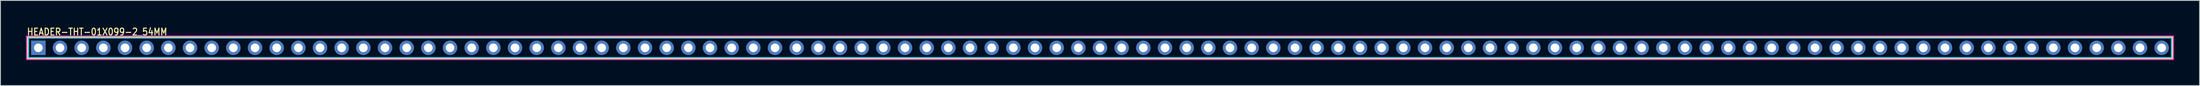
<source format=kicad_pcb>
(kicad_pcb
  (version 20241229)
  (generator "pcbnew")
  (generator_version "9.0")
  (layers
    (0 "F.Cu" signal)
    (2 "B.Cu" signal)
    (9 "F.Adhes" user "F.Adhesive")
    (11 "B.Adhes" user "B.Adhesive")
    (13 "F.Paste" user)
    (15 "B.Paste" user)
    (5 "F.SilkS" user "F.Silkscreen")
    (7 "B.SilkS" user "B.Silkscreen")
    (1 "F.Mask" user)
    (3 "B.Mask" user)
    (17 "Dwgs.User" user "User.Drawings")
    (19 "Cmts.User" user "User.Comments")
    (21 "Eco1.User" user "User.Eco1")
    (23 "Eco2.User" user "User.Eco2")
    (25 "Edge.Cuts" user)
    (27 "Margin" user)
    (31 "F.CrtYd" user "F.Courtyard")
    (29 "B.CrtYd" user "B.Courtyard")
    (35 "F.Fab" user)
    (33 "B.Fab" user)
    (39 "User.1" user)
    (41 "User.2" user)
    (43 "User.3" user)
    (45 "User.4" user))
  (footprint "HEADER-THT-01X099-2_54MM"
    (layer "F.Cu")
    (at 1.447 2.579)
    (property "Reference" "HEADER-THT-01X099-2_54MM" (at -1.4 -1.4 0) (unlocked yes) (layer "F.SilkS") (effects (font (size 0.813 0.695) (thickness 0.122)) (justify left bottom)))
    (fp_line (start -1.27 -1.27) (end -1.27 1.27) (stroke (width 0.127) (type solid)) (layer "F.SilkS"))
    (fp_line (start -1.27 1.27) (end 250.19 1.27) (stroke (width 0.127) (type solid)) (layer "F.SilkS"))
    (fp_line (start 250.19 -1.27) (end -1.27 -1.27) (stroke (width 0.127) (type solid)) (layer "F.SilkS"))
    (fp_line (start 250.19 1.27) (end 250.19 -1.27) (stroke (width 0.127) (type solid)) (layer "F.SilkS"))
    (fp_poly (pts (xy -1.143 -1.143) (xy 250.063 -1.143) (xy 250.063 1.143) (xy -1.143 1.143)) (stroke (width 0.1) (type solid)) (fill no) (layer "B.CrtYd"))
    (fp_poly (pts (xy -1.397 -1.397) (xy 250.317 -1.397) (xy 250.317 1.397) (xy -1.397 1.397)) (stroke (width 0.1) (type solid)) (fill no) (layer "F.CrtYd"))
    (pad "1" thru_hole rect (at 0 0) (size 1.693 1.693) (drill 1.016) (layers "*.Cu" "*.Mask"))
    (pad "2" thru_hole oval (at 2.54 0) (size 1.693 1.693) (drill 1.016) (layers "*.Cu" "*.Mask"))
    (pad "3" thru_hole oval (at 5.08 0) (size 1.693 1.693) (drill 1.016) (layers "*.Cu" "*.Mask"))
    (pad "4" thru_hole oval (at 7.62 0) (size 1.693 1.693) (drill 1.016) (layers "*.Cu" "*.Mask"))
    (pad "5" thru_hole oval (at 10.16 0) (size 1.693 1.693) (drill 1.016) (layers "*.Cu" "*.Mask"))
    (pad "6" thru_hole oval (at 12.7 0) (size 1.693 1.693) (drill 1.016) (layers "*.Cu" "*.Mask"))
    (pad "7" thru_hole oval (at 15.24 0) (size 1.693 1.693) (drill 1.016) (layers "*.Cu" "*.Mask"))
    (pad "8" thru_hole oval (at 17.78 0) (size 1.693 1.693) (drill 1.016) (layers "*.Cu" "*.Mask"))
    (pad "9" thru_hole oval (at 20.32 0) (size 1.693 1.693) (drill 1.016) (layers "*.Cu" "*.Mask"))
    (pad "10" thru_hole oval (at 22.86 0) (size 1.693 1.693) (drill 1.016) (layers "*.Cu" "*.Mask"))
    (pad "11" thru_hole oval (at 25.4 0) (size 1.693 1.693) (drill 1.016) (layers "*.Cu" "*.Mask"))
    (pad "12" thru_hole oval (at 27.94 0) (size 1.693 1.693) (drill 1.016) (layers "*.Cu" "*.Mask"))
    (pad "13" thru_hole oval (at 30.48 0) (size 1.693 1.693) (drill 1.016) (layers "*.Cu" "*.Mask"))
    (pad "14" thru_hole oval (at 33.02 0) (size 1.693 1.693) (drill 1.016) (layers "*.Cu" "*.Mask"))
    (pad "15" thru_hole oval (at 35.56 0) (size 1.693 1.693) (drill 1.016) (layers "*.Cu" "*.Mask"))
    (pad "16" thru_hole oval (at 38.1 0) (size 1.693 1.693) (drill 1.016) (layers "*.Cu" "*.Mask"))
    (pad "17" thru_hole oval (at 40.64 0) (size 1.693 1.693) (drill 1.016) (layers "*.Cu" "*.Mask"))
    (pad "18" thru_hole oval (at 43.18 0) (size 1.693 1.693) (drill 1.016) (layers "*.Cu" "*.Mask"))
    (pad "19" thru_hole oval (at 45.72 0) (size 1.693 1.693) (drill 1.016) (layers "*.Cu" "*.Mask"))
    (pad "20" thru_hole oval (at 48.26 0) (size 1.693 1.693) (drill 1.016) (layers "*.Cu" "*.Mask"))
    (pad "21" thru_hole oval (at 50.8 0) (size 1.693 1.693) (drill 1.016) (layers "*.Cu" "*.Mask"))
    (pad "22" thru_hole oval (at 53.34 0) (size 1.693 1.693) (drill 1.016) (layers "*.Cu" "*.Mask"))
    (pad "23" thru_hole oval (at 55.88 0) (size 1.693 1.693) (drill 1.016) (layers "*.Cu" "*.Mask"))
    (pad "24" thru_hole oval (at 58.42 0) (size 1.693 1.693) (drill 1.016) (layers "*.Cu" "*.Mask"))
    (pad "25" thru_hole oval (at 60.96 0) (size 1.693 1.693) (drill 1.016) (layers "*.Cu" "*.Mask"))
    (pad "26" thru_hole oval (at 63.5 0) (size 1.693 1.693) (drill 1.016) (layers "*.Cu" "*.Mask"))
    (pad "27" thru_hole oval (at 66.04 0) (size 1.693 1.693) (drill 1.016) (layers "*.Cu" "*.Mask"))
    (pad "28" thru_hole oval (at 68.58 0) (size 1.693 1.693) (drill 1.016) (layers "*.Cu" "*.Mask"))
    (pad "29" thru_hole oval (at 71.12 0) (size 1.693 1.693) (drill 1.016) (layers "*.Cu" "*.Mask"))
    (pad "30" thru_hole oval (at 73.66 0) (size 1.693 1.693) (drill 1.016) (layers "*.Cu" "*.Mask"))
    (pad "31" thru_hole oval (at 76.2 0) (size 1.693 1.693) (drill 1.016) (layers "*.Cu" "*.Mask"))
    (pad "32" thru_hole oval (at 78.74 0) (size 1.693 1.693) (drill 1.016) (layers "*.Cu" "*.Mask"))
    (pad "33" thru_hole oval (at 81.28 0) (size 1.693 1.693) (drill 1.016) (layers "*.Cu" "*.Mask"))
    (pad "34" thru_hole oval (at 83.82 0) (size 1.693 1.693) (drill 1.016) (layers "*.Cu" "*.Mask"))
    (pad "35" thru_hole oval (at 86.36 0) (size 1.693 1.693) (drill 1.016) (layers "*.Cu" "*.Mask"))
    (pad "36" thru_hole oval (at 88.9 0) (size 1.693 1.693) (drill 1.016) (layers "*.Cu" "*.Mask"))
    (pad "37" thru_hole oval (at 91.44 0) (size 1.693 1.693) (drill 1.016) (layers "*.Cu" "*.Mask"))
    (pad "38" thru_hole oval (at 93.98 0) (size 1.693 1.693) (drill 1.016) (layers "*.Cu" "*.Mask"))
    (pad "39" thru_hole oval (at 96.52 0) (size 1.693 1.693) (drill 1.016) (layers "*.Cu" "*.Mask"))
    (pad "40" thru_hole oval (at 99.06 0) (size 1.693 1.693) (drill 1.016) (layers "*.Cu" "*.Mask"))
    (pad "41" thru_hole oval (at 101.6 0) (size 1.693 1.693) (drill 1.016) (layers "*.Cu" "*.Mask"))
    (pad "42" thru_hole oval (at 104.14 0) (size 1.693 1.693) (drill 1.016) (layers "*.Cu" "*.Mask"))
    (pad "43" thru_hole oval (at 106.68 0) (size 1.693 1.693) (drill 1.016) (layers "*.Cu" "*.Mask"))
    (pad "44" thru_hole oval (at 109.22 0) (size 1.693 1.693) (drill 1.016) (layers "*.Cu" "*.Mask"))
    (pad "45" thru_hole oval (at 111.76 0) (size 1.693 1.693) (drill 1.016) (layers "*.Cu" "*.Mask"))
    (pad "46" thru_hole oval (at 114.3 0) (size 1.693 1.693) (drill 1.016) (layers "*.Cu" "*.Mask"))
    (pad "47" thru_hole oval (at 116.84 0) (size 1.693 1.693) (drill 1.016) (layers "*.Cu" "*.Mask"))
    (pad "48" thru_hole oval (at 119.38 0) (size 1.693 1.693) (drill 1.016) (layers "*.Cu" "*.Mask"))
    (pad "49" thru_hole oval (at 121.92 0) (size 1.693 1.693) (drill 1.016) (layers "*.Cu" "*.Mask"))
    (pad "50" thru_hole oval (at 124.46 0) (size 1.693 1.693) (drill 1.016) (layers "*.Cu" "*.Mask"))
    (pad "51" thru_hole oval (at 127 0) (size 1.693 1.693) (drill 1.016) (layers "*.Cu" "*.Mask"))
    (pad "52" thru_hole oval (at 129.54 0) (size 1.693 1.693) (drill 1.016) (layers "*.Cu" "*.Mask"))
    (pad "53" thru_hole oval (at 132.08 0) (size 1.693 1.693) (drill 1.016) (layers "*.Cu" "*.Mask"))
    (pad "54" thru_hole oval (at 134.62 0) (size 1.693 1.693) (drill 1.016) (layers "*.Cu" "*.Mask"))
    (pad "55" thru_hole oval (at 137.16 0) (size 1.693 1.693) (drill 1.016) (layers "*.Cu" "*.Mask"))
    (pad "56" thru_hole oval (at 139.7 0) (size 1.693 1.693) (drill 1.016) (layers "*.Cu" "*.Mask"))
    (pad "57" thru_hole oval (at 142.24 0) (size 1.693 1.693) (drill 1.016) (layers "*.Cu" "*.Mask"))
    (pad "58" thru_hole oval (at 144.78 0) (size 1.693 1.693) (drill 1.016) (layers "*.Cu" "*.Mask"))
    (pad "59" thru_hole oval (at 147.32 0) (size 1.693 1.693) (drill 1.016) (layers "*.Cu" "*.Mask"))
    (pad "60" thru_hole oval (at 149.86 0) (size 1.693 1.693) (drill 1.016) (layers "*.Cu" "*.Mask"))
    (pad "61" thru_hole oval (at 152.4 0) (size 1.693 1.693) (drill 1.016) (layers "*.Cu" "*.Mask"))
    (pad "62" thru_hole oval (at 154.94 0) (size 1.693 1.693) (drill 1.016) (layers "*.Cu" "*.Mask"))
    (pad "63" thru_hole oval (at 157.48 0) (size 1.693 1.693) (drill 1.016) (layers "*.Cu" "*.Mask"))
    (pad "64" thru_hole oval (at 160.02 0) (size 1.693 1.693) (drill 1.016) (layers "*.Cu" "*.Mask"))
    (pad "65" thru_hole oval (at 162.56 0) (size 1.693 1.693) (drill 1.016) (layers "*.Cu" "*.Mask"))
    (pad "66" thru_hole oval (at 165.1 0) (size 1.693 1.693) (drill 1.016) (layers "*.Cu" "*.Mask"))
    (pad "67" thru_hole oval (at 167.64 0) (size 1.693 1.693) (drill 1.016) (layers "*.Cu" "*.Mask"))
    (pad "68" thru_hole oval (at 170.18 0) (size 1.693 1.693) (drill 1.016) (layers "*.Cu" "*.Mask"))
    (pad "69" thru_hole oval (at 172.72 0) (size 1.693 1.693) (drill 1.016) (layers "*.Cu" "*.Mask"))
    (pad "70" thru_hole oval (at 175.26 0) (size 1.693 1.693) (drill 1.016) (layers "*.Cu" "*.Mask"))
    (pad "71" thru_hole oval (at 177.8 0) (size 1.693 1.693) (drill 1.016) (layers "*.Cu" "*.Mask"))
    (pad "72" thru_hole oval (at 180.34 0) (size 1.693 1.693) (drill 1.016) (layers "*.Cu" "*.Mask"))
    (pad "73" thru_hole oval (at 182.88 0) (size 1.693 1.693) (drill 1.016) (layers "*.Cu" "*.Mask"))
    (pad "74" thru_hole oval (at 185.42 0) (size 1.693 1.693) (drill 1.016) (layers "*.Cu" "*.Mask"))
    (pad "75" thru_hole oval (at 187.96 0) (size 1.693 1.693) (drill 1.016) (layers "*.Cu" "*.Mask"))
    (pad "76" thru_hole oval (at 190.5 0) (size 1.693 1.693) (drill 1.016) (layers "*.Cu" "*.Mask"))
    (pad "77" thru_hole oval (at 193.04 0) (size 1.693 1.693) (drill 1.016) (layers "*.Cu" "*.Mask"))
    (pad "78" thru_hole oval (at 195.58 0) (size 1.693 1.693) (drill 1.016) (layers "*.Cu" "*.Mask"))
    (pad "79" thru_hole oval (at 198.12 0) (size 1.693 1.693) (drill 1.016) (layers "*.Cu" "*.Mask"))
    (pad "80" thru_hole oval (at 200.66 0) (size 1.693 1.693) (drill 1.016) (layers "*.Cu" "*.Mask"))
    (pad "81" thru_hole oval (at 203.2 0) (size 1.693 1.693) (drill 1.016) (layers "*.Cu" "*.Mask"))
    (pad "82" thru_hole oval (at 205.74 0) (size 1.693 1.693) (drill 1.016) (layers "*.Cu" "*.Mask"))
    (pad "83" thru_hole oval (at 208.28 0) (size 1.693 1.693) (drill 1.016) (layers "*.Cu" "*.Mask"))
    (pad "84" thru_hole oval (at 210.82 0) (size 1.693 1.693) (drill 1.016) (layers "*.Cu" "*.Mask"))
    (pad "85" thru_hole oval (at 213.36 0) (size 1.693 1.693) (drill 1.016) (layers "*.Cu" "*.Mask"))
    (pad "86" thru_hole oval (at 215.9 0) (size 1.693 1.693) (drill 1.016) (layers "*.Cu" "*.Mask"))
    (pad "87" thru_hole oval (at 218.44 0) (size 1.693 1.693) (drill 1.016) (layers "*.Cu" "*.Mask"))
    (pad "88" thru_hole oval (at 220.98 0) (size 1.693 1.693) (drill 1.016) (layers "*.Cu" "*.Mask"))
    (pad "89" thru_hole oval (at 223.52 0) (size 1.693 1.693) (drill 1.016) (layers "*.Cu" "*.Mask"))
    (pad "90" thru_hole oval (at 226.06 0) (size 1.693 1.693) (drill 1.016) (layers "*.Cu" "*.Mask"))
    (pad "91" thru_hole oval (at 228.6 0) (size 1.693 1.693) (drill 1.016) (layers "*.Cu" "*.Mask"))
    (pad "92" thru_hole oval (at 231.14 0) (size 1.693 1.693) (drill 1.016) (layers "*.Cu" "*.Mask"))
    (pad "93" thru_hole oval (at 233.68 0) (size 1.693 1.693) (drill 1.016) (layers "*.Cu" "*.Mask"))
    (pad "94" thru_hole oval (at 236.22 0) (size 1.693 1.693) (drill 1.016) (layers "*.Cu" "*.Mask"))
    (pad "95" thru_hole oval (at 238.76 0) (size 1.693 1.693) (drill 1.016) (layers "*.Cu" "*.Mask"))
    (pad "96" thru_hole oval (at 241.3 0) (size 1.693 1.693) (drill 1.016) (layers "*.Cu" "*.Mask"))
    (pad "97" thru_hole oval (at 243.84 0) (size 1.693 1.693) (drill 1.016) (layers "*.Cu" "*.Mask"))
    (pad "98" thru_hole oval (at 246.38 0) (size 1.693 1.693) (drill 1.016) (layers "*.Cu" "*.Mask"))
    (pad "99" thru_hole oval (at 248.92 0) (size 1.693 1.693) (drill 1.016) (layers "*.Cu" "*.Mask")))
  (gr_rect
    (start -3 -3)
    (end 254.814 7.026)
    (stroke (width 0.1) (type default))
    (fill no)
    (layer "Edge.Cuts")))
</source>
